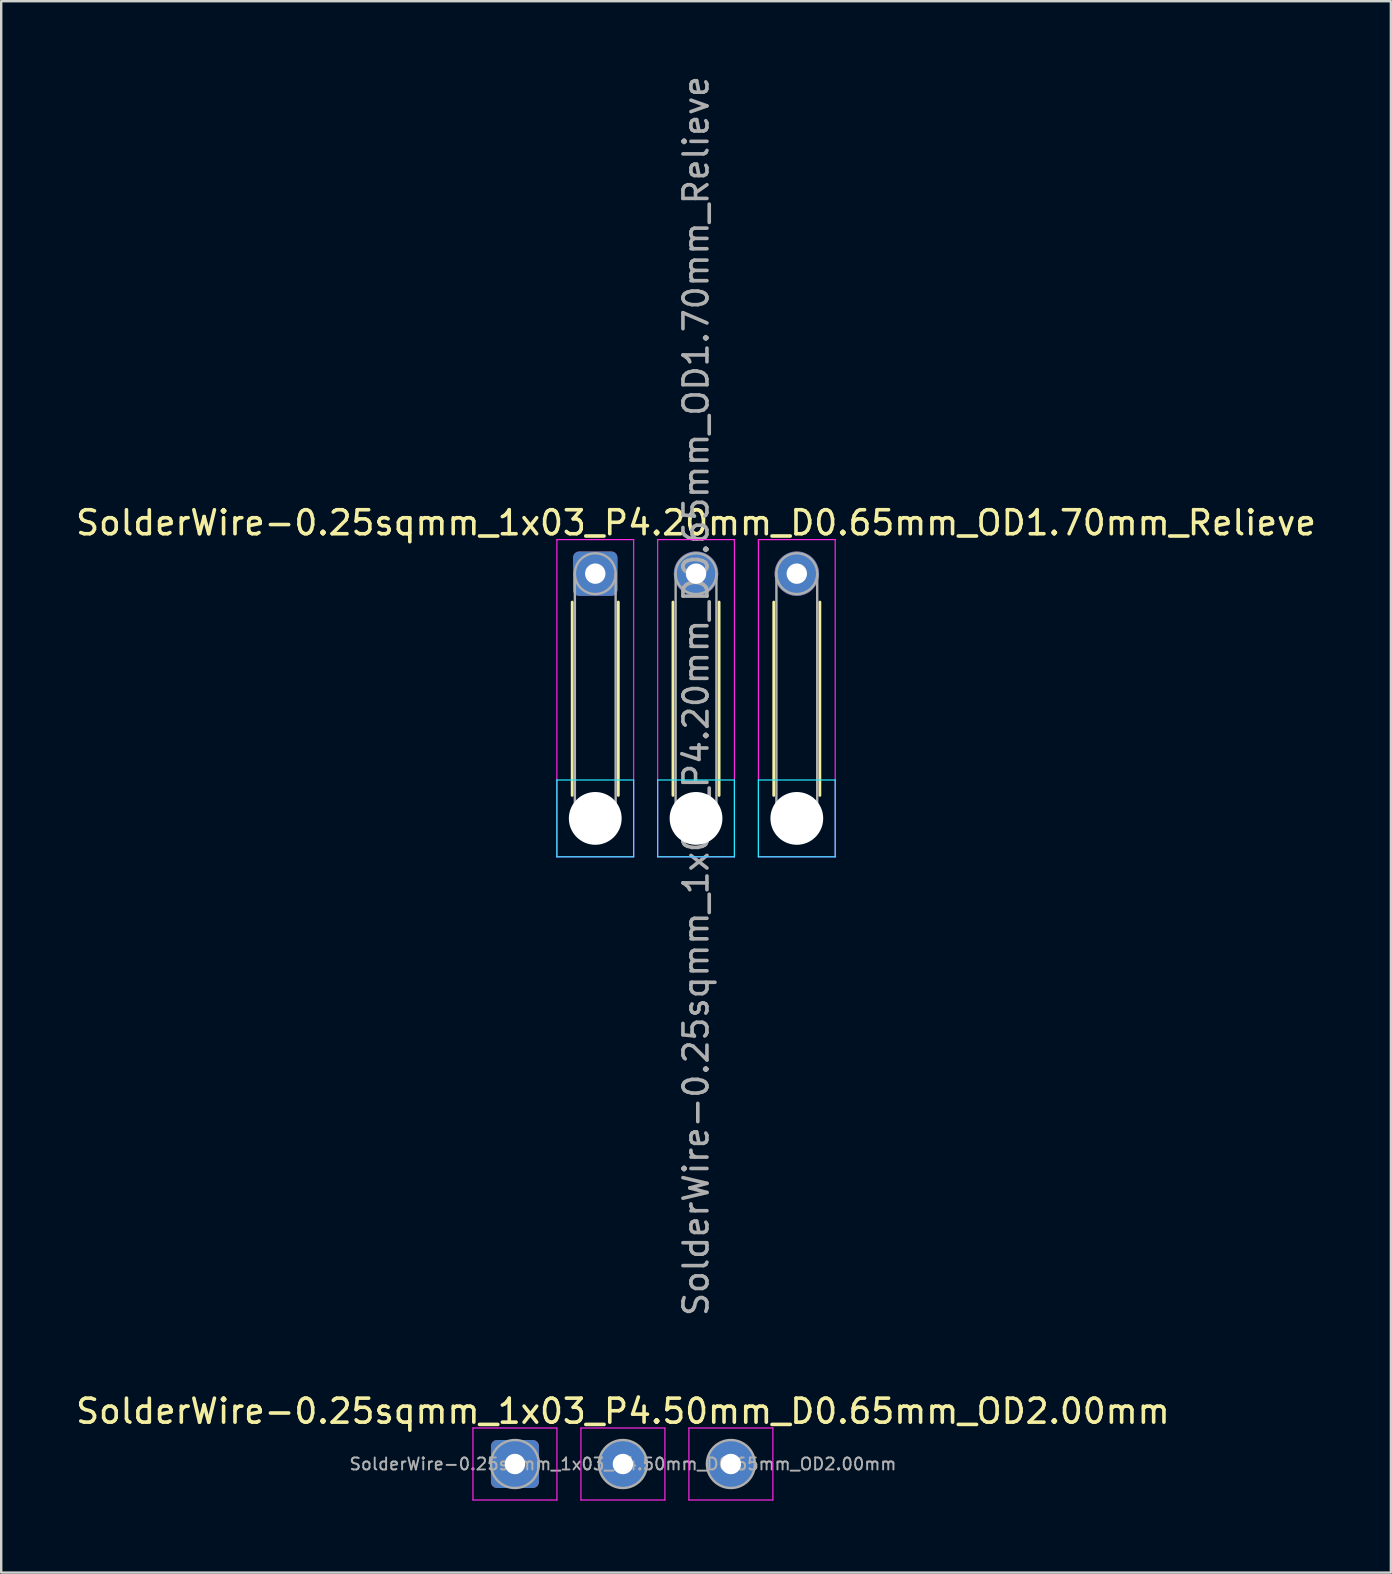
<source format=kicad_pcb>
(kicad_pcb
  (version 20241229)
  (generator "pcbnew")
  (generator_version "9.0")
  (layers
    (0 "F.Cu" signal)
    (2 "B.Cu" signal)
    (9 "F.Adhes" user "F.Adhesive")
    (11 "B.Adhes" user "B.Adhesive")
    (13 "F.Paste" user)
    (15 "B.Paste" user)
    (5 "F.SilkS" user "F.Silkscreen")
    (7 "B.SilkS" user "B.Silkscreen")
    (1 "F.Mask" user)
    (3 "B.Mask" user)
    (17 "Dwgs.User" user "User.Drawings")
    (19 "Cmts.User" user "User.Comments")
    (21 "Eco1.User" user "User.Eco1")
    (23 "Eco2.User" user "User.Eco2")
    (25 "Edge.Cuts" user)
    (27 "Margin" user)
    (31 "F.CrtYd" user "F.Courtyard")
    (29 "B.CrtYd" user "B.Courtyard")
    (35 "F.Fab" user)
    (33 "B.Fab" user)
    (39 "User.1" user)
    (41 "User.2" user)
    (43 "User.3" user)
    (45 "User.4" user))
  (footprint "SolderWire-0.25sqmm_1x03_P4.20mm_D0.65mm_OD1.70mm_Relieve"
    (layer "F.Cu")
    (at 21.758 20.858)
    (property "Reference" "SolderWire-0.25sqmm_1x03_P4.20mm_D0.65mm_OD1.70mm_Relieve" (at 4.2 -2.12 0) (layer "F.SilkS") (effects (font (size 1 1) (thickness 0.15))))
    (attr exclude_from_pos_files exclude_from_bom)
    (fp_line (start -0.96 1.185) (end -0.96 9.24) (stroke (width 0.12) (type solid)) (layer "F.SilkS"))
    (fp_line (start 0.96 1.185) (end 0.96 9.24) (stroke (width 0.12) (type solid)) (layer "F.SilkS"))
    (fp_line (start 3.24 1.185) (end 3.24 9.24) (stroke (width 0.12) (type solid)) (layer "F.SilkS"))
    (fp_line (start 5.16 1.185) (end 5.16 9.24) (stroke (width 0.12) (type solid)) (layer "F.SilkS"))
    (fp_line (start 7.44 1.185) (end 7.44 9.24) (stroke (width 0.12) (type solid)) (layer "F.SilkS"))
    (fp_line (start 9.36 1.185) (end 9.36 9.24) (stroke (width 0.12) (type solid)) (layer "F.SilkS"))
    (fp_line (start -1.6 8.6) (end -1.6 11.8) (stroke (width 0.05) (type solid)) (layer "B.CrtYd"))
    (fp_line (start -1.6 11.8) (end 1.6 11.8) (stroke (width 0.05) (type solid)) (layer "B.CrtYd"))
    (fp_line (start 1.6 8.6) (end -1.6 8.6) (stroke (width 0.05) (type solid)) (layer "B.CrtYd"))
    (fp_line (start 1.6 11.8) (end 1.6 8.6) (stroke (width 0.05) (type solid)) (layer "B.CrtYd"))
    (fp_line (start 2.6 8.6) (end 2.6 11.8) (stroke (width 0.05) (type solid)) (layer "B.CrtYd"))
    (fp_line (start 2.6 11.8) (end 5.8 11.8) (stroke (width 0.05) (type solid)) (layer "B.CrtYd"))
    (fp_line (start 5.8 8.6) (end 2.6 8.6) (stroke (width 0.05) (type solid)) (layer "B.CrtYd"))
    (fp_line (start 5.8 11.8) (end 5.8 8.6) (stroke (width 0.05) (type solid)) (layer "B.CrtYd"))
    (fp_line (start 6.8 8.6) (end 6.8 11.8) (stroke (width 0.05) (type solid)) (layer "B.CrtYd"))
    (fp_line (start 6.8 11.8) (end 10 11.8) (stroke (width 0.05) (type solid)) (layer "B.CrtYd"))
    (fp_line (start 10 8.6) (end 6.8 8.6) (stroke (width 0.05) (type solid)) (layer "B.CrtYd"))
    (fp_line (start 10 11.8) (end 10 8.6) (stroke (width 0.05) (type solid)) (layer "B.CrtYd"))
    (fp_line (start -1.6 -1.42) (end -1.6 11.8) (stroke (width 0.05) (type solid)) (layer "F.CrtYd"))
    (fp_line (start -1.6 11.8) (end 1.6 11.8) (stroke (width 0.05) (type solid)) (layer "F.CrtYd"))
    (fp_line (start 1.6 -1.42) (end -1.6 -1.42) (stroke (width 0.05) (type solid)) (layer "F.CrtYd"))
    (fp_line (start 1.6 11.8) (end 1.6 -1.42) (stroke (width 0.05) (type solid)) (layer "F.CrtYd"))
    (fp_line (start 2.6 -1.42) (end 2.6 11.8) (stroke (width 0.05) (type solid)) (layer "F.CrtYd"))
    (fp_line (start 2.6 11.8) (end 5.8 11.8) (stroke (width 0.05) (type solid)) (layer "F.CrtYd"))
    (fp_line (start 5.8 -1.42) (end 2.6 -1.42) (stroke (width 0.05) (type solid)) (layer "F.CrtYd"))
    (fp_line (start 5.8 11.8) (end 5.8 -1.42) (stroke (width 0.05) (type solid)) (layer "F.CrtYd"))
    (fp_line (start 6.8 -1.42) (end 6.8 11.8) (stroke (width 0.05) (type solid)) (layer "F.CrtYd"))
    (fp_line (start 6.8 11.8) (end 10 11.8) (stroke (width 0.05) (type solid)) (layer "F.CrtYd"))
    (fp_line (start 10 -1.42) (end 6.8 -1.42) (stroke (width 0.05) (type solid)) (layer "F.CrtYd"))
    (fp_line (start 10 11.8) (end 10 -1.42) (stroke (width 0.05) (type solid)) (layer "F.CrtYd"))
    (fp_line (start -0.85 0) (end -0.85 10.2) (stroke (width 0.1) (type solid)) (layer "F.Fab"))
    (fp_line (start 0.85 0) (end 0.85 10.2) (stroke (width 0.1) (type solid)) (layer "F.Fab"))
    (fp_line (start 3.35 0) (end 3.35 10.2) (stroke (width 0.1) (type solid)) (layer "F.Fab"))
    (fp_line (start 5.05 0) (end 5.05 10.2) (stroke (width 0.1) (type solid)) (layer "F.Fab"))
    (fp_line (start 7.55 0) (end 7.55 10.2) (stroke (width 0.1) (type solid)) (layer "F.Fab"))
    (fp_line (start 9.25 0) (end 9.25 10.2) (stroke (width 0.1) (type solid)) (layer "F.Fab"))
    (fp_circle (center 0 0) (end 0.85 0) (stroke (width 0.1) (type solid)) (fill no) (layer "F.Fab"))
    (fp_circle (center 0 10.2) (end 0.85 10.2) (stroke (width 0.1) (type solid)) (fill no) (layer "F.Fab"))
    (fp_circle (center 4.2 0) (end 5.05 0) (stroke (width 0.1) (type solid)) (fill no) (layer "F.Fab"))
    (fp_circle (center 4.2 10.2) (end 5.05 10.2) (stroke (width 0.1) (type solid)) (fill no) (layer "F.Fab"))
    (fp_circle (center 8.4 0) (end 9.25 0) (stroke (width 0.1) (type solid)) (fill no) (layer "F.Fab"))
    (fp_circle (center 8.4 10.2) (end 9.25 10.2) (stroke (width 0.1) (type solid)) (fill no) (layer "F.Fab"))
    (fp_text user "${REFERENCE}" (at 4.2 5.1 90) (layer "F.Fab") (effects (font (size 1 1) (thickness 0.15))))
    (pad "" np_thru_hole circle (at 0 10.2) (size 2.2 2.2) (drill 2.2) (layers "*.Cu" "*.Mask"))
    (pad "" np_thru_hole circle (at 4.2 10.2) (size 2.2 2.2) (drill 2.2) (layers "*.Cu" "*.Mask"))
    (pad "" np_thru_hole circle (at 8.4 10.2) (size 2.2 2.2) (drill 2.2) (layers "*.Cu" "*.Mask"))
    (pad "1" thru_hole roundrect (at 0 0) (size 1.85 1.85) (drill 0.85) (layers "*.Cu" "*.Mask") (roundrect_rratio 0.135))
    (pad "2" thru_hole circle (at 4.2 0) (size 1.85 1.85) (drill 0.85) (layers "*.Cu" "*.Mask"))
    (pad "3" thru_hole circle (at 8.4 0) (size 1.85 1.85) (drill 0.85) (layers "*.Cu" "*.Mask")))
  (footprint "SolderWire-0.25sqmm_1x03_P4.50mm_D0.65mm_OD2.00mm"
    (layer "F.Cu")
    (at 18.411 57.965)
    (property "Reference" "SolderWire-0.25sqmm_1x03_P4.50mm_D0.65mm_OD2.00mm" (at 4.5 -2.2 0) (layer "F.SilkS") (effects (font (size 1 1) (thickness 0.15))))
    (attr exclude_from_pos_files exclude_from_bom)
    (fp_line (start -1.75 -1.5) (end -1.75 1.5) (stroke (width 0.05) (type solid)) (layer "F.CrtYd"))
    (fp_line (start -1.75 1.5) (end 1.75 1.5) (stroke (width 0.05) (type solid)) (layer "F.CrtYd"))
    (fp_line (start 1.75 -1.5) (end -1.75 -1.5) (stroke (width 0.05) (type solid)) (layer "F.CrtYd"))
    (fp_line (start 1.75 1.5) (end 1.75 -1.5) (stroke (width 0.05) (type solid)) (layer "F.CrtYd"))
    (fp_line (start 2.75 -1.5) (end 2.75 1.5) (stroke (width 0.05) (type solid)) (layer "F.CrtYd"))
    (fp_line (start 2.75 1.5) (end 6.25 1.5) (stroke (width 0.05) (type solid)) (layer "F.CrtYd"))
    (fp_line (start 6.25 -1.5) (end 2.75 -1.5) (stroke (width 0.05) (type solid)) (layer "F.CrtYd"))
    (fp_line (start 6.25 1.5) (end 6.25 -1.5) (stroke (width 0.05) (type solid)) (layer "F.CrtYd"))
    (fp_line (start 7.25 -1.5) (end 7.25 1.5) (stroke (width 0.05) (type solid)) (layer "F.CrtYd"))
    (fp_line (start 7.25 1.5) (end 10.75 1.5) (stroke (width 0.05) (type solid)) (layer "F.CrtYd"))
    (fp_line (start 10.75 -1.5) (end 7.25 -1.5) (stroke (width 0.05) (type solid)) (layer "F.CrtYd"))
    (fp_line (start 10.75 1.5) (end 10.75 -1.5) (stroke (width 0.05) (type solid)) (layer "F.CrtYd"))
    (fp_circle (center 0 0) (end 1 0) (stroke (width 0.1) (type solid)) (fill no) (layer "F.Fab"))
    (fp_circle (center 4.5 0) (end 5.5 0) (stroke (width 0.1) (type solid)) (fill no) (layer "F.Fab"))
    (fp_circle (center 9 0) (end 10 0) (stroke (width 0.1) (type solid)) (fill no) (layer "F.Fab"))
    (fp_text user "${REFERENCE}" (at 4.5 0 0) (layer "F.Fab") (effects (font (size 0.5 0.5) (thickness 0.08))))
    (pad "1" thru_hole roundrect (at 0 0) (size 2 2) (drill 0.85) (layers "*.Cu" "*.Mask") (roundrect_rratio 0.125))
    (pad "2" thru_hole circle (at 4.5 0) (size 2 2) (drill 0.85) (layers "*.Cu" "*.Mask"))
    (pad "3" thru_hole circle (at 9 0) (size 2 2) (drill 0.85) (layers "*.Cu" "*.Mask")))
  (gr_rect
    (start -3 -3)
    (end 54.917 62.49)
    (stroke (width 0.1) (type default))
    (fill no)
    (layer "Edge.Cuts")))
</source>
